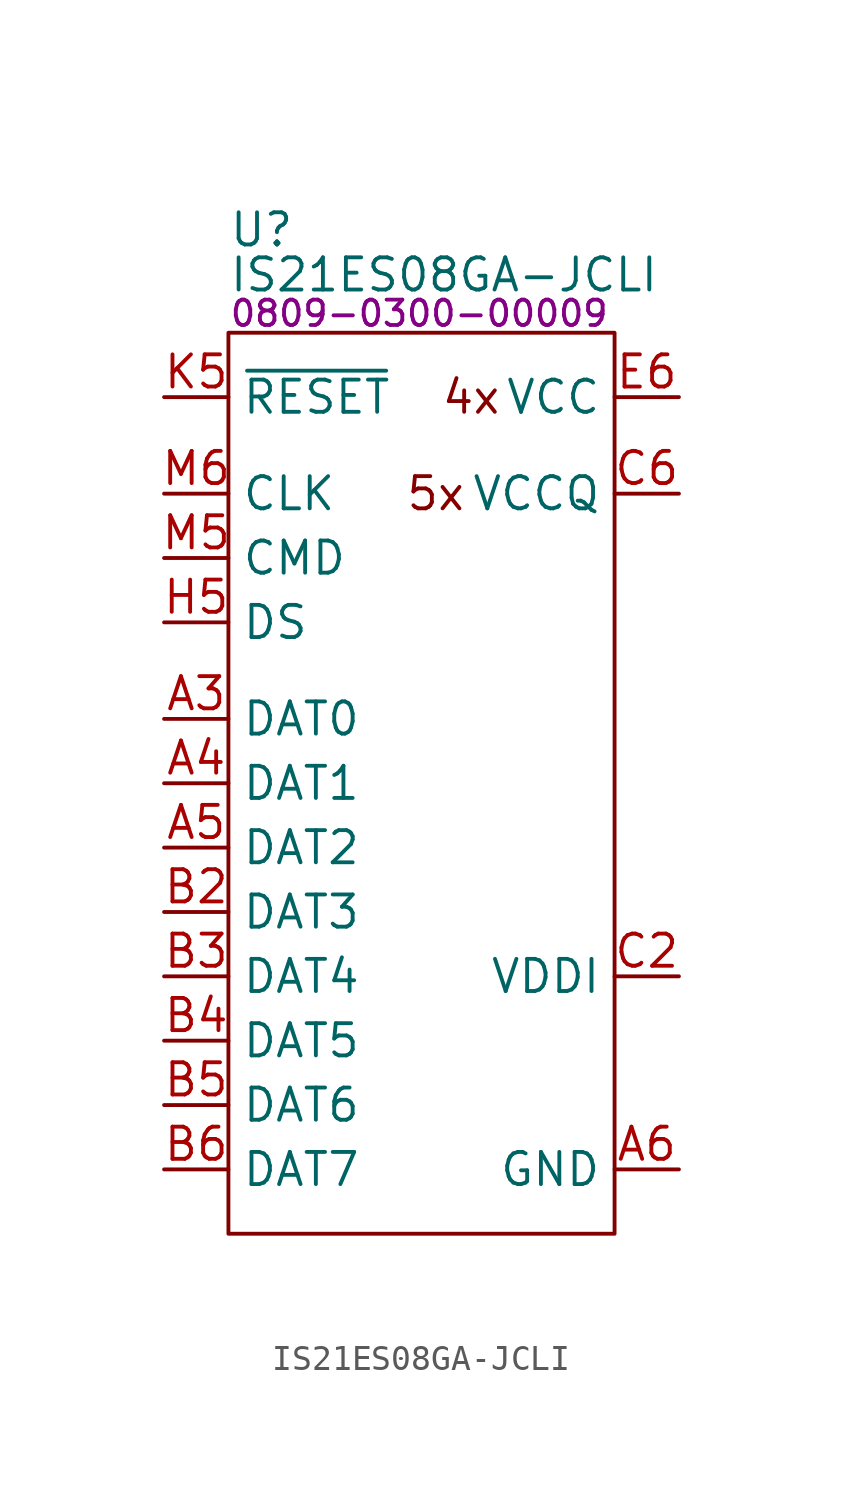
<source format=kicad_sym>
(kicad_symbol_lib
  (version 20231120)
  (generator "kicad_symbol_editor")
  (generator_version "8.0")
  (symbol "IS21ES08GA-JCLI"
    (property "Reference" "U"
      (at 0 4.064 0)
      (effects (font (size 1.27 1.27)) (justify left)))
    (property "Value" "IS21ES08GA-JCLI"
      (at 0 2.286 0)
      (effects (font (size 1.27 1.27)) (justify left)))
    (property "PartNumber" "0809-0300-00009"
      (at 0 0.762 0)
      (effects (font (size 1 1)) (justify left)))
    (symbol "IS21ES08GA-JCLI_0_0"
      (pin unspecified line (at 8.89 -12.7 0) (length 2.54) hide (name "NC" (effects (font (size 1.27 1.27)))) (number "A1" (effects (font (size 1.27 1.27)))))
      (pin unspecified line (at 8.89 -12.7 0) (length 2.54) hide (name "NC" (effects (font (size 1.27 1.27)))) (number "A10" (effects (font (size 1.27 1.27)))))
      (pin unspecified line (at 8.89 -12.7 0) (length 2.54) hide (name "NC" (effects (font (size 1.27 1.27)))) (number "A11" (effects (font (size 1.27 1.27)))))
      (pin unspecified line (at 8.89 -12.7 0) (length 2.54) hide (name "NC" (effects (font (size 1.27 1.27)))) (number "A12" (effects (font (size 1.27 1.27)))))
      (pin unspecified line (at 8.89 -12.7 0) (length 2.54) hide (name "NC" (effects (font (size 1.27 1.27)))) (number "A13" (effects (font (size 1.27 1.27)))))
      (pin unspecified line (at 8.89 -12.7 0) (length 2.54) hide (name "NC" (effects (font (size 1.27 1.27)))) (number "A14" (effects (font (size 1.27 1.27)))))
      (pin unspecified line (at 8.89 -12.7 0) (length 2.54) hide (name "NC" (effects (font (size 1.27 1.27)))) (number "A2" (effects (font (size 1.27 1.27)))))
      (pin unspecified line (at -2.54 -15.24 0) (length 2.54) (name "DAT0" (effects (font (size 1.27 1.27)))) (number "A3" (effects (font (size 1.27 1.27)))))
      (pin unspecified line (at -2.54 -17.78 0) (length 2.54) (name "DAT1" (effects (font (size 1.27 1.27)))) (number "A4" (effects (font (size 1.27 1.27)))))
      (pin unspecified line (at -2.54 -20.32 0) (length 2.54) (name "DAT2" (effects (font (size 1.27 1.27)))) (number "A5" (effects (font (size 1.27 1.27)))))
      (pin unspecified line (at 17.78 -33.02 180) (length 2.54) (name "GND" (effects (font (size 1.27 1.27)))) (number "A6" (effects (font (size 1.27 1.27)))))
      (pin unspecified line (at 8.89 -12.7 0) (length 2.54) hide (name "NC" (effects (font (size 1.27 1.27)))) (number "A7" (effects (font (size 1.27 1.27)))))
      (pin unspecified line (at 8.89 -12.7 0) (length 2.54) hide (name "NC" (effects (font (size 1.27 1.27)))) (number "A8" (effects (font (size 1.27 1.27)))))
      (pin unspecified line (at 8.89 -12.7 0) (length 2.54) hide (name "NC" (effects (font (size 1.27 1.27)))) (number "A9" (effects (font (size 1.27 1.27)))))
      (pin unspecified line (at 8.89 -12.7 0) (length 2.54) hide (name "NC" (effects (font (size 1.27 1.27)))) (number "B1" (effects (font (size 1.27 1.27)))))
      (pin unspecified line (at 8.89 -12.7 0) (length 2.54) hide (name "NC" (effects (font (size 1.27 1.27)))) (number "B10" (effects (font (size 1.27 1.27)))))
      (pin unspecified line (at 8.89 -12.7 0) (length 2.54) hide (name "NC" (effects (font (size 1.27 1.27)))) (number "B11" (effects (font (size 1.27 1.27)))))
      (pin unspecified line (at 8.89 -12.7 0) (length 2.54) hide (name "NC" (effects (font (size 1.27 1.27)))) (number "B12" (effects (font (size 1.27 1.27)))))
      (pin unspecified line (at 8.89 -12.7 0) (length 2.54) hide (name "NC" (effects (font (size 1.27 1.27)))) (number "B13" (effects (font (size 1.27 1.27)))))
      (pin unspecified line (at 8.89 -12.7 0) (length 2.54) hide (name "NC" (effects (font (size 1.27 1.27)))) (number "B14" (effects (font (size 1.27 1.27)))))
      (pin unspecified line (at -2.54 -22.86 0) (length 2.54) (name "DAT3" (effects (font (size 1.27 1.27)))) (number "B2" (effects (font (size 1.27 1.27)))))
      (pin unspecified line (at -2.54 -25.4 0) (length 2.54) (name "DAT4" (effects (font (size 1.27 1.27)))) (number "B3" (effects (font (size 1.27 1.27)))))
      (pin unspecified line (at -2.54 -27.94 0) (length 2.54) (name "DAT5" (effects (font (size 1.27 1.27)))) (number "B4" (effects (font (size 1.27 1.27)))))
      (pin unspecified line (at -2.54 -30.48 0) (length 2.54) (name "DAT6" (effects (font (size 1.27 1.27)))) (number "B5" (effects (font (size 1.27 1.27)))))
      (pin unspecified line (at -2.54 -33.02 0) (length 2.54) (name "DAT7" (effects (font (size 1.27 1.27)))) (number "B6" (effects (font (size 1.27 1.27)))))
      (pin unspecified line (at 8.89 -12.7 0) (length 2.54) hide (name "NC" (effects (font (size 1.27 1.27)))) (number "B7" (effects (font (size 1.27 1.27)))))
      (pin unspecified line (at 8.89 -12.7 0) (length 2.54) hide (name "NC" (effects (font (size 1.27 1.27)))) (number "B8" (effects (font (size 1.27 1.27)))))
      (pin unspecified line (at 8.89 -12.7 0) (length 2.54) hide (name "NC" (effects (font (size 1.27 1.27)))) (number "B9" (effects (font (size 1.27 1.27)))))
      (pin unspecified line (at 8.89 -12.7 0) (length 2.54) hide (name "NC" (effects (font (size 1.27 1.27)))) (number "C1" (effects (font (size 1.27 1.27)))))
      (pin unspecified line (at 8.89 -12.7 0) (length 2.54) hide (name "NC" (effects (font (size 1.27 1.27)))) (number "C10" (effects (font (size 1.27 1.27)))))
      (pin unspecified line (at 8.89 -12.7 0) (length 2.54) hide (name "NC" (effects (font (size 1.27 1.27)))) (number "C11" (effects (font (size 1.27 1.27)))))
      (pin unspecified line (at 8.89 -12.7 0) (length 2.54) hide (name "NC" (effects (font (size 1.27 1.27)))) (number "C12" (effects (font (size 1.27 1.27)))))
      (pin unspecified line (at 8.89 -12.7 0) (length 2.54) hide (name "NC" (effects (font (size 1.27 1.27)))) (number "C13" (effects (font (size 1.27 1.27)))))
      (pin unspecified line (at 8.89 -12.7 0) (length 2.54) hide (name "NC" (effects (font (size 1.27 1.27)))) (number "C14" (effects (font (size 1.27 1.27)))))
      (pin unspecified line (at 17.78 -25.4 180) (length 2.54) (name "VDDI" (effects (font (size 1.27 1.27)))) (number "C2" (effects (font (size 1.27 1.27)))))
      (pin unspecified line (at 8.89 -12.7 0) (length 2.54) hide (name "NC" (effects (font (size 1.27 1.27)))) (number "C3" (effects (font (size 1.27 1.27)))))
      (pin unspecified line (at 17.78 -33.02 180) (length 2.54) hide (name "GND" (effects (font (size 1.27 1.27)))) (number "C4" (effects (font (size 1.27 1.27)))))
      (pin unspecified line (at 8.89 -12.7 0) (length 2.54) hide (name "NC" (effects (font (size 1.27 1.27)))) (number "C5" (effects (font (size 1.27 1.27)))))
      (pin unspecified line (at 17.78 -6.35 180) (length 2.54) (name "VCCQ" (effects (font (size 1.27 1.27)))) (number "C6" (effects (font (size 1.27 1.27)))))
      (pin unspecified line (at 8.89 -12.7 0) (length 2.54) hide (name "NC" (effects (font (size 1.27 1.27)))) (number "C7" (effects (font (size 1.27 1.27)))))
      (pin unspecified line (at 8.89 -12.7 0) (length 2.54) hide (name "NC" (effects (font (size 1.27 1.27)))) (number "C8" (effects (font (size 1.27 1.27)))))
      (pin unspecified line (at 8.89 -12.7 0) (length 2.54) hide (name "NC" (effects (font (size 1.27 1.27)))) (number "C9" (effects (font (size 1.27 1.27)))))
      (pin unspecified line (at 8.89 -12.7 0) (length 2.54) hide (name "NC" (effects (font (size 1.27 1.27)))) (number "D1" (effects (font (size 1.27 1.27)))))
      (pin unspecified line (at 8.89 -12.7 0) (length 2.54) hide (name "NC" (effects (font (size 1.27 1.27)))) (number "D12" (effects (font (size 1.27 1.27)))))
      (pin unspecified line (at 8.89 -12.7 0) (length 2.54) hide (name "NC" (effects (font (size 1.27 1.27)))) (number "D13" (effects (font (size 1.27 1.27)))))
      (pin unspecified line (at 8.89 -12.7 0) (length 2.54) hide (name "NC" (effects (font (size 1.27 1.27)))) (number "D14" (effects (font (size 1.27 1.27)))))
      (pin unspecified line (at 8.89 -12.7 0) (length 2.54) hide (name "NC" (effects (font (size 1.27 1.27)))) (number "D2" (effects (font (size 1.27 1.27)))))
      (pin unspecified line (at 8.89 -12.7 0) (length 2.54) hide (name "NC" (effects (font (size 1.27 1.27)))) (number "D3" (effects (font (size 1.27 1.27)))))
      (pin unspecified line (at 8.89 -12.7 0) (length 2.54) hide (name "NC" (effects (font (size 1.27 1.27)))) (number "D4" (effects (font (size 1.27 1.27)))))
      (pin unspecified line (at 8.89 -12.7 0) (length 2.54) hide (name "NC" (effects (font (size 1.27 1.27)))) (number "E1" (effects (font (size 1.27 1.27)))))
      (pin unspecified line (at 8.89 -12.7 0) (length 2.54) hide (name "NC" (effects (font (size 1.27 1.27)))) (number "E10" (effects (font (size 1.27 1.27)))))
      (pin unspecified line (at 8.89 -12.7 0) (length 2.54) hide (name "NC" (effects (font (size 1.27 1.27)))) (number "E12" (effects (font (size 1.27 1.27)))))
      (pin unspecified line (at 8.89 -12.7 0) (length 2.54) hide (name "NC" (effects (font (size 1.27 1.27)))) (number "E13" (effects (font (size 1.27 1.27)))))
      (pin unspecified line (at 8.89 -12.7 0) (length 2.54) hide (name "NC" (effects (font (size 1.27 1.27)))) (number "E14" (effects (font (size 1.27 1.27)))))
      (pin unspecified line (at 8.89 -12.7 0) (length 2.54) hide (name "NC" (effects (font (size 1.27 1.27)))) (number "E2" (effects (font (size 1.27 1.27)))))
      (pin unspecified line (at 8.89 -12.7 0) (length 2.54) hide (name "NC" (effects (font (size 1.27 1.27)))) (number "E3" (effects (font (size 1.27 1.27)))))
      (pin unspecified line (at 8.89 -12.7 0) (length 2.54) hide (name "NC" (effects (font (size 1.27 1.27)))) (number "E5" (effects (font (size 1.27 1.27)))))
      (pin unspecified line (at 17.78 -2.54 180) (length 2.54) (name "VCC" (effects (font (size 1.27 1.27)))) (number "E6" (effects (font (size 1.27 1.27)))))
      (pin unspecified line (at 17.78 -33.02 180) (length 2.54) hide (name "GND" (effects (font (size 1.27 1.27)))) (number "E7" (effects (font (size 1.27 1.27)))))
      (pin unspecified line (at 8.89 -12.7 0) (length 2.54) hide (name "NC" (effects (font (size 1.27 1.27)))) (number "E8" (effects (font (size 1.27 1.27)))))
      (pin unspecified line (at 8.89 -12.7 0) (length 2.54) hide (name "NC" (effects (font (size 1.27 1.27)))) (number "E9" (effects (font (size 1.27 1.27)))))
      (pin unspecified line (at 8.89 -12.7 0) (length 2.54) hide (name "NC" (effects (font (size 1.27 1.27)))) (number "F1" (effects (font (size 1.27 1.27)))))
      (pin unspecified line (at 8.89 -12.7 0) (length 2.54) hide (name "NC" (effects (font (size 1.27 1.27)))) (number "F10" (effects (font (size 1.27 1.27)))))
      (pin unspecified line (at 8.89 -12.7 0) (length 2.54) hide (name "NC" (effects (font (size 1.27 1.27)))) (number "F12" (effects (font (size 1.27 1.27)))))
      (pin unspecified line (at 8.89 -12.7 0) (length 2.54) hide (name "NC" (effects (font (size 1.27 1.27)))) (number "F13" (effects (font (size 1.27 1.27)))))
      (pin unspecified line (at 8.89 -12.7 0) (length 2.54) hide (name "NC" (effects (font (size 1.27 1.27)))) (number "F14" (effects (font (size 1.27 1.27)))))
      (pin unspecified line (at 8.89 -12.7 0) (length 2.54) hide (name "NC" (effects (font (size 1.27 1.27)))) (number "F2" (effects (font (size 1.27 1.27)))))
      (pin unspecified line (at 8.89 -12.7 0) (length 2.54) hide (name "NC" (effects (font (size 1.27 1.27)))) (number "F3" (effects (font (size 1.27 1.27)))))
      (pin unspecified line (at 17.78 -2.54 180) (length 2.54) hide (name "VCC" (effects (font (size 1.27 1.27)))) (number "F5" (effects (font (size 1.27 1.27)))))
      (pin unspecified line (at 8.89 -12.7 0) (length 2.54) hide (name "NC" (effects (font (size 1.27 1.27)))) (number "G1" (effects (font (size 1.27 1.27)))))
      (pin unspecified line (at 8.89 -12.7 0) (length 2.54) hide (name "NC" (effects (font (size 1.27 1.27)))) (number "G10" (effects (font (size 1.27 1.27)))))
      (pin unspecified line (at 8.89 -12.7 0) (length 2.54) hide (name "NC" (effects (font (size 1.27 1.27)))) (number "G12" (effects (font (size 1.27 1.27)))))
      (pin unspecified line (at 8.89 -12.7 0) (length 2.54) hide (name "NC" (effects (font (size 1.27 1.27)))) (number "G13" (effects (font (size 1.27 1.27)))))
      (pin unspecified line (at 8.89 -12.7 0) (length 2.54) hide (name "NC" (effects (font (size 1.27 1.27)))) (number "G14" (effects (font (size 1.27 1.27)))))
      (pin unspecified line (at 8.89 -12.7 0) (length 2.54) hide (name "NC" (effects (font (size 1.27 1.27)))) (number "G2" (effects (font (size 1.27 1.27)))))
      (pin unspecified line (at 8.89 -12.7 0) (length 2.54) hide (name "NC" (effects (font (size 1.27 1.27)))) (number "G3" (effects (font (size 1.27 1.27)))))
      (pin unspecified line (at 17.78 -33.02 180) (length 2.54) hide (name "GND" (effects (font (size 1.27 1.27)))) (number "G5" (effects (font (size 1.27 1.27)))))
      (pin unspecified line (at 8.89 -12.7 0) (length 2.54) hide (name "NC" (effects (font (size 1.27 1.27)))) (number "H1" (effects (font (size 1.27 1.27)))))
      (pin unspecified line (at 17.78 -33.02 180) (length 2.54) hide (name "GND" (effects (font (size 1.27 1.27)))) (number "H10" (effects (font (size 1.27 1.27)))))
      (pin unspecified line (at 8.89 -12.7 0) (length 2.54) hide (name "NC" (effects (font (size 1.27 1.27)))) (number "H12" (effects (font (size 1.27 1.27)))))
      (pin unspecified line (at 8.89 -12.7 0) (length 2.54) hide (name "NC" (effects (font (size 1.27 1.27)))) (number "H13" (effects (font (size 1.27 1.27)))))
      (pin unspecified line (at 8.89 -12.7 0) (length 2.54) hide (name "NC" (effects (font (size 1.27 1.27)))) (number "H14" (effects (font (size 1.27 1.27)))))
      (pin unspecified line (at 8.89 -12.7 0) (length 2.54) hide (name "NC" (effects (font (size 1.27 1.27)))) (number "H2" (effects (font (size 1.27 1.27)))))
      (pin unspecified line (at 8.89 -12.7 0) (length 2.54) hide (name "NC" (effects (font (size 1.27 1.27)))) (number "H3" (effects (font (size 1.27 1.27)))))
      (pin unspecified line (at -2.54 -11.43 0) (length 2.54) (name "DS" (effects (font (size 1.27 1.27)))) (number "H5" (effects (font (size 1.27 1.27)))))
      (pin unspecified line (at 8.89 -12.7 0) (length 2.54) hide (name "NC" (effects (font (size 1.27 1.27)))) (number "J1" (effects (font (size 1.27 1.27)))))
      (pin unspecified line (at 17.78 -2.54 180) (length 2.54) hide (name "VCC" (effects (font (size 1.27 1.27)))) (number "J10" (effects (font (size 1.27 1.27)))))
      (pin unspecified line (at 8.89 -12.7 0) (length 2.54) hide (name "NC" (effects (font (size 1.27 1.27)))) (number "J12" (effects (font (size 1.27 1.27)))))
      (pin unspecified line (at 8.89 -12.7 0) (length 2.54) hide (name "NC" (effects (font (size 1.27 1.27)))) (number "J13" (effects (font (size 1.27 1.27)))))
      (pin unspecified line (at 8.89 -12.7 0) (length 2.54) hide (name "NC" (effects (font (size 1.27 1.27)))) (number "J14" (effects (font (size 1.27 1.27)))))
      (pin unspecified line (at 8.89 -12.7 0) (length 2.54) hide (name "NC" (effects (font (size 1.27 1.27)))) (number "J2" (effects (font (size 1.27 1.27)))))
      (pin unspecified line (at 8.89 -12.7 0) (length 2.54) hide (name "NC" (effects (font (size 1.27 1.27)))) (number "J3" (effects (font (size 1.27 1.27)))))
      (pin unspecified line (at 17.78 -33.02 180) (length 2.54) hide (name "GND" (effects (font (size 1.27 1.27)))) (number "J5" (effects (font (size 1.27 1.27)))))
      (pin unspecified line (at 8.89 -12.7 0) (length 2.54) hide (name "NC" (effects (font (size 1.27 1.27)))) (number "K1" (effects (font (size 1.27 1.27)))))
      (pin unspecified line (at 8.89 -12.7 0) (length 2.54) hide (name "NC" (effects (font (size 1.27 1.27)))) (number "K10" (effects (font (size 1.27 1.27)))))
      (pin unspecified line (at 8.89 -12.7 0) (length 2.54) hide (name "NC" (effects (font (size 1.27 1.27)))) (number "K12" (effects (font (size 1.27 1.27)))))
      (pin unspecified line (at 8.89 -12.7 0) (length 2.54) hide (name "NC" (effects (font (size 1.27 1.27)))) (number "K13" (effects (font (size 1.27 1.27)))))
      (pin unspecified line (at 8.89 -12.7 0) (length 2.54) hide (name "NC" (effects (font (size 1.27 1.27)))) (number "K14" (effects (font (size 1.27 1.27)))))
      (pin unspecified line (at 8.89 -12.7 0) (length 2.54) hide (name "NC" (effects (font (size 1.27 1.27)))) (number "K2" (effects (font (size 1.27 1.27)))))
      (pin unspecified line (at 8.89 -12.7 0) (length 2.54) hide (name "NC" (effects (font (size 1.27 1.27)))) (number "K3" (effects (font (size 1.27 1.27)))))
      (pin unspecified line (at -2.54 -2.54 0) (length 2.54) (name "~{RESET}" (effects (font (size 1.27 1.27)))) (number "K5" (effects (font (size 1.27 1.27)))))
      (pin unspecified line (at 8.89 -12.7 0) (length 2.54) hide (name "NC" (effects (font (size 1.27 1.27)))) (number "K6" (effects (font (size 1.27 1.27)))))
      (pin unspecified line (at 8.89 -12.7 0) (length 2.54) hide (name "NC" (effects (font (size 1.27 1.27)))) (number "K7" (effects (font (size 1.27 1.27)))))
      (pin unspecified line (at 17.78 -33.02 180) (length 2.54) hide (name "GND" (effects (font (size 1.27 1.27)))) (number "K8" (effects (font (size 1.27 1.27)))))
      (pin unspecified line (at 17.78 -2.54 180) (length 2.54) hide (name "VCC" (effects (font (size 1.27 1.27)))) (number "K9" (effects (font (size 1.27 1.27)))))
      (pin unspecified line (at 8.89 -12.7 0) (length 2.54) hide (name "NC" (effects (font (size 1.27 1.27)))) (number "L1" (effects (font (size 1.27 1.27)))))
      (pin unspecified line (at 8.89 -12.7 0) (length 2.54) hide (name "NC" (effects (font (size 1.27 1.27)))) (number "L12" (effects (font (size 1.27 1.27)))))
      (pin unspecified line (at 8.89 -12.7 0) (length 2.54) hide (name "NC" (effects (font (size 1.27 1.27)))) (number "L13" (effects (font (size 1.27 1.27)))))
      (pin unspecified line (at 8.89 -12.7 0) (length 2.54) hide (name "NC" (effects (font (size 1.27 1.27)))) (number "L14" (effects (font (size 1.27 1.27)))))
      (pin unspecified line (at 8.89 -12.7 0) (length 2.54) hide (name "NC" (effects (font (size 1.27 1.27)))) (number "L2" (effects (font (size 1.27 1.27)))))
      (pin unspecified line (at 8.89 -12.7 0) (length 2.54) hide (name "NC" (effects (font (size 1.27 1.27)))) (number "L3" (effects (font (size 1.27 1.27)))))
      (pin unspecified line (at 8.89 -12.7 0) (length 2.54) hide (name "NC" (effects (font (size 1.27 1.27)))) (number "M1" (effects (font (size 1.27 1.27)))))
      (pin unspecified line (at 8.89 -12.7 0) (length 2.54) hide (name "NC" (effects (font (size 1.27 1.27)))) (number "M10" (effects (font (size 1.27 1.27)))))
      (pin unspecified line (at 8.89 -12.7 0) (length 2.54) hide (name "NC" (effects (font (size 1.27 1.27)))) (number "M11" (effects (font (size 1.27 1.27)))))
      (pin unspecified line (at 8.89 -12.7 0) (length 2.54) hide (name "NC" (effects (font (size 1.27 1.27)))) (number "M12" (effects (font (size 1.27 1.27)))))
      (pin unspecified line (at 8.89 -12.7 0) (length 2.54) hide (name "NC" (effects (font (size 1.27 1.27)))) (number "M13" (effects (font (size 1.27 1.27)))))
      (pin unspecified line (at 8.89 -12.7 0) (length 2.54) hide (name "NC" (effects (font (size 1.27 1.27)))) (number "M14" (effects (font (size 1.27 1.27)))))
      (pin unspecified line (at 8.89 -12.7 0) (length 2.54) hide (name "NC" (effects (font (size 1.27 1.27)))) (number "M2" (effects (font (size 1.27 1.27)))))
      (pin unspecified line (at 8.89 -12.7 0) (length 2.54) hide (name "NC" (effects (font (size 1.27 1.27)))) (number "M3" (effects (font (size 1.27 1.27)))))
      (pin unspecified line (at 17.78 -6.35 180) (length 2.54) hide (name "VCCQ" (effects (font (size 1.27 1.27)))) (number "M4" (effects (font (size 1.27 1.27)))))
      (pin unspecified line (at -2.54 -8.89 0) (length 2.54) (name "CMD" (effects (font (size 1.27 1.27)))) (number "M5" (effects (font (size 1.27 1.27)))))
      (pin unspecified line (at -2.54 -6.35 0) (length 2.54) (name "CLK" (effects (font (size 1.27 1.27)))) (number "M6" (effects (font (size 1.27 1.27)))))
      (pin unspecified line (at 8.89 -12.7 0) (length 2.54) hide (name "NC" (effects (font (size 1.27 1.27)))) (number "M7" (effects (font (size 1.27 1.27)))))
      (pin unspecified line (at 8.89 -12.7 0) (length 2.54) hide (name "NC" (effects (font (size 1.27 1.27)))) (number "M8" (effects (font (size 1.27 1.27)))))
      (pin unspecified line (at 8.89 -12.7 0) (length 2.54) hide (name "NC" (effects (font (size 1.27 1.27)))) (number "M9" (effects (font (size 1.27 1.27)))))
      (pin unspecified line (at 8.89 -12.7 0) (length 2.54) hide (name "NC" (effects (font (size 1.27 1.27)))) (number "N1" (effects (font (size 1.27 1.27)))))
      (pin unspecified line (at 8.89 -12.7 0) (length 2.54) hide (name "NC" (effects (font (size 1.27 1.27)))) (number "N10" (effects (font (size 1.27 1.27)))))
      (pin unspecified line (at 8.89 -12.7 0) (length 2.54) hide (name "NC" (effects (font (size 1.27 1.27)))) (number "N11" (effects (font (size 1.27 1.27)))))
      (pin unspecified line (at 8.89 -12.7 0) (length 2.54) hide (name "NC" (effects (font (size 1.27 1.27)))) (number "N12" (effects (font (size 1.27 1.27)))))
      (pin unspecified line (at 8.89 -12.7 0) (length 2.54) hide (name "NC" (effects (font (size 1.27 1.27)))) (number "N13" (effects (font (size 1.27 1.27)))))
      (pin unspecified line (at 8.89 -12.7 0) (length 2.54) hide (name "NC" (effects (font (size 1.27 1.27)))) (number "N14" (effects (font (size 1.27 1.27)))))
      (pin unspecified line (at 17.78 -33.02 180) (length 2.54) hide (name "GND" (effects (font (size 1.27 1.27)))) (number "N2" (effects (font (size 1.27 1.27)))))
      (pin unspecified line (at 8.89 -12.7 0) (length 2.54) hide (name "NC" (effects (font (size 1.27 1.27)))) (number "N3" (effects (font (size 1.27 1.27)))))
      (pin unspecified line (at 17.78 -6.35 180) (length 2.54) hide (name "VCCQ" (effects (font (size 1.27 1.27)))) (number "N4" (effects (font (size 1.27 1.27)))))
      (pin unspecified line (at 17.78 -33.02 180) (length 2.54) hide (name "GND" (effects (font (size 1.27 1.27)))) (number "N5" (effects (font (size 1.27 1.27)))))
      (pin unspecified line (at 8.89 -12.7 0) (length 2.54) hide (name "NC" (effects (font (size 1.27 1.27)))) (number "N6" (effects (font (size 1.27 1.27)))))
      (pin unspecified line (at 8.89 -12.7 0) (length 2.54) hide (name "NC" (effects (font (size 1.27 1.27)))) (number "N7" (effects (font (size 1.27 1.27)))))
      (pin unspecified line (at 8.89 -12.7 0) (length 2.54) hide (name "NC" (effects (font (size 1.27 1.27)))) (number "N8" (effects (font (size 1.27 1.27)))))
      (pin unspecified line (at 8.89 -12.7 0) (length 2.54) hide (name "NC" (effects (font (size 1.27 1.27)))) (number "N9" (effects (font (size 1.27 1.27)))))
      (pin unspecified line (at 8.89 -12.7 0) (length 2.54) hide (name "NC" (effects (font (size 1.27 1.27)))) (number "P1" (effects (font (size 1.27 1.27)))))
      (pin unspecified line (at 8.89 -12.7 0) (length 2.54) hide (name "NC" (effects (font (size 1.27 1.27)))) (number "P10" (effects (font (size 1.27 1.27)))))
      (pin unspecified line (at 8.89 -12.7 0) (length 2.54) hide (name "NC" (effects (font (size 1.27 1.27)))) (number "P11" (effects (font (size 1.27 1.27)))))
      (pin unspecified line (at 8.89 -12.7 0) (length 2.54) hide (name "NC" (effects (font (size 1.27 1.27)))) (number "P12" (effects (font (size 1.27 1.27)))))
      (pin unspecified line (at 8.89 -12.7 0) (length 2.54) hide (name "NC" (effects (font (size 1.27 1.27)))) (number "P13" (effects (font (size 1.27 1.27)))))
      (pin unspecified line (at 8.89 -12.7 0) (length 2.54) hide (name "NC" (effects (font (size 1.27 1.27)))) (number "P14" (effects (font (size 1.27 1.27)))))
      (pin unspecified line (at 8.89 -12.7 0) (length 2.54) hide (name "NC" (effects (font (size 1.27 1.27)))) (number "P2" (effects (font (size 1.27 1.27)))))
      (pin unspecified line (at 17.78 -6.35 180) (length 2.54) hide (name "VCCQ" (effects (font (size 1.27 1.27)))) (number "P3" (effects (font (size 1.27 1.27)))))
      (pin unspecified line (at 17.78 -33.02 180) (length 2.54) hide (name "GND" (effects (font (size 1.27 1.27)))) (number "P4" (effects (font (size 1.27 1.27)))))
      (pin unspecified line (at 17.78 -6.35 180) (length 2.54) hide (name "VCCQ" (effects (font (size 1.27 1.27)))) (number "P5" (effects (font (size 1.27 1.27)))))
      (pin unspecified line (at 17.78 -33.02 180) (length 2.54) hide (name "GND" (effects (font (size 1.27 1.27)))) (number "P6" (effects (font (size 1.27 1.27)))))
      (pin unspecified line (at 8.89 -12.7 0) (length 2.54) hide (name "NC" (effects (font (size 1.27 1.27)))) (number "P7" (effects (font (size 1.27 1.27)))))
      (pin unspecified line (at 8.89 -12.7 0) (length 2.54) hide (name "NC" (effects (font (size 1.27 1.27)))) (number "P8" (effects (font (size 1.27 1.27)))))
      (pin unspecified line (at 8.89 -12.7 0) (length 2.54) hide (name "NC" (effects (font (size 1.27 1.27)))) (number "P9" (effects (font (size 1.27 1.27))))))
    (symbol "IS21ES08GA-JCLI_0_1"
      (rectangle (start 0 0) (end 15.24 -35.56) (stroke (width 0) (type default)) (fill (type none)))
      (text "4x" (at 10.795 -2.54 0) (effects (font (size 1.27 1.27)) (justify right)))
      (text "5x" (at 9.398 -6.35 0) (effects (font (size 1.27 1.27)) (justify right))))))
</source>
